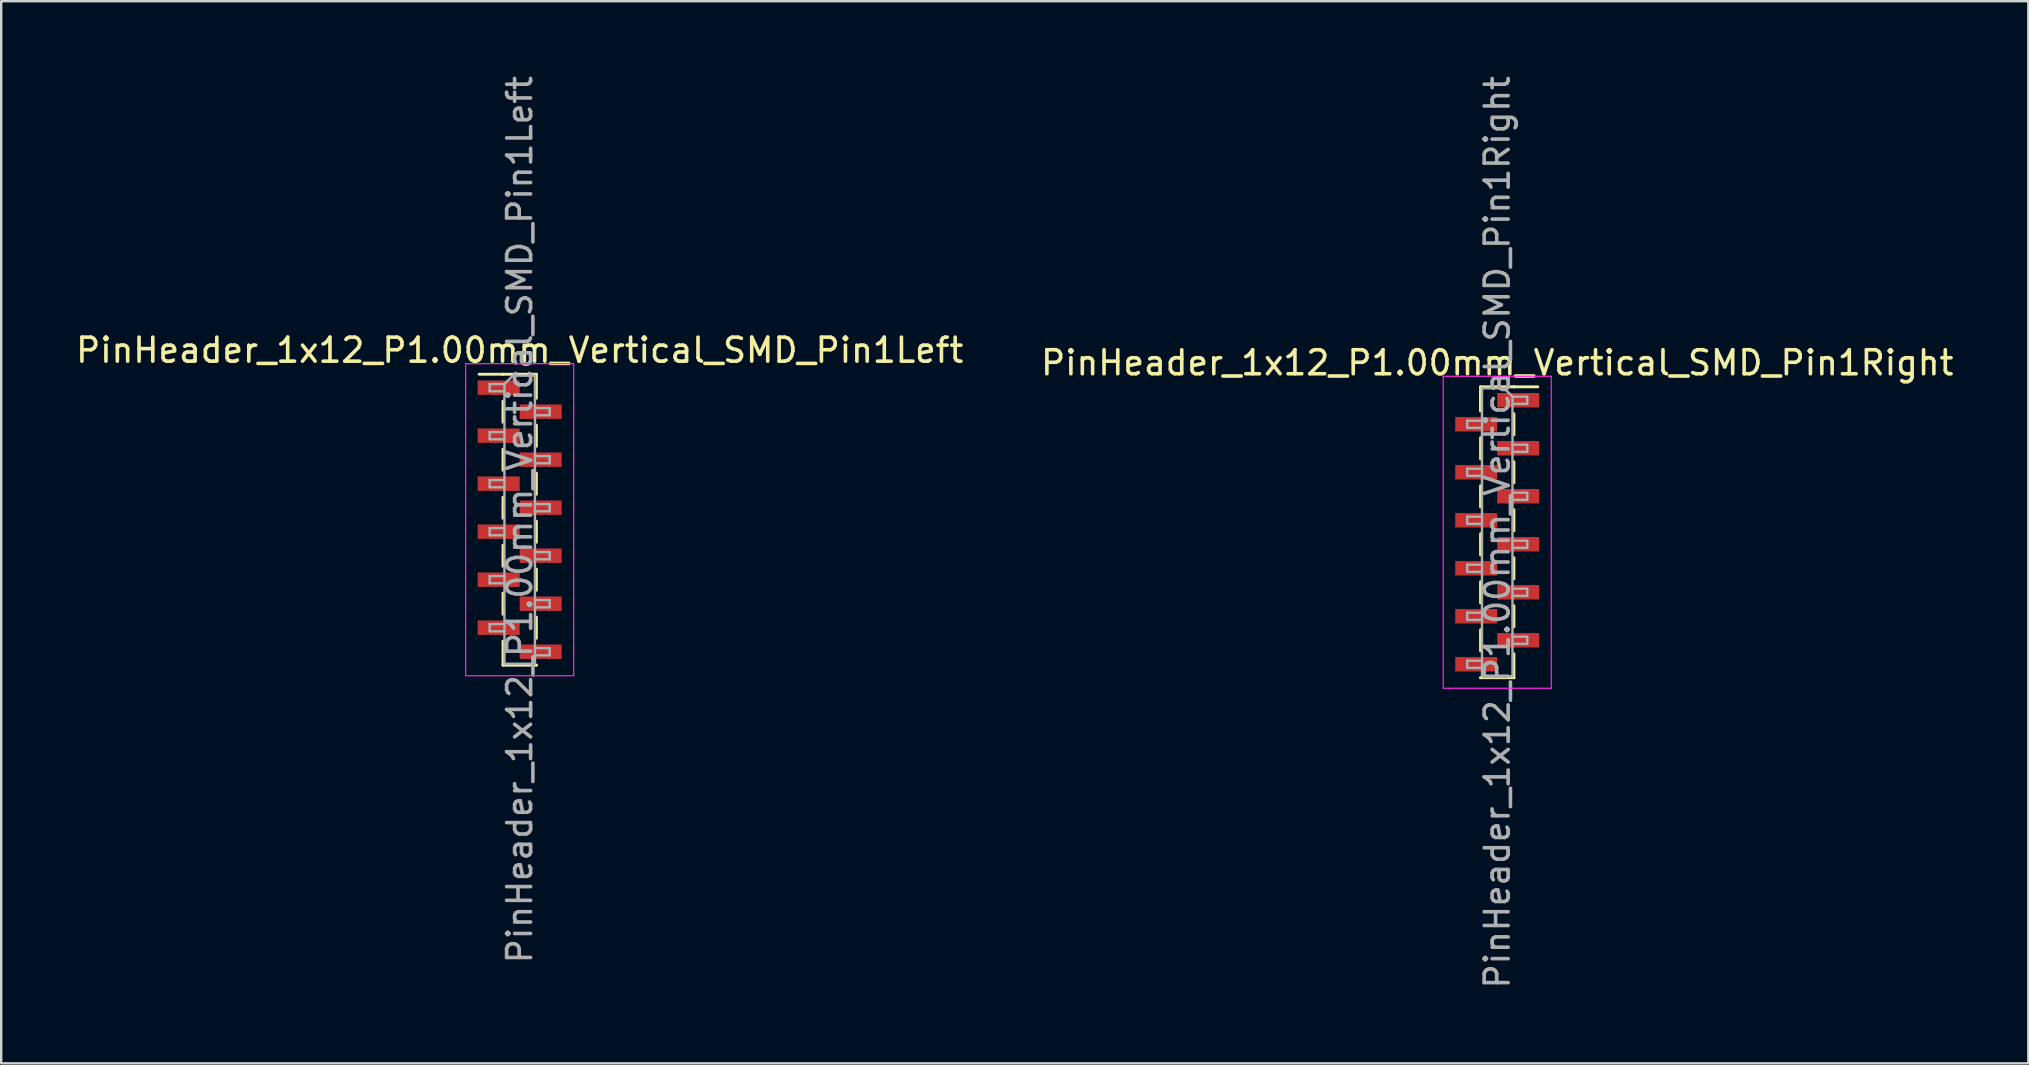
<source format=kicad_pcb>
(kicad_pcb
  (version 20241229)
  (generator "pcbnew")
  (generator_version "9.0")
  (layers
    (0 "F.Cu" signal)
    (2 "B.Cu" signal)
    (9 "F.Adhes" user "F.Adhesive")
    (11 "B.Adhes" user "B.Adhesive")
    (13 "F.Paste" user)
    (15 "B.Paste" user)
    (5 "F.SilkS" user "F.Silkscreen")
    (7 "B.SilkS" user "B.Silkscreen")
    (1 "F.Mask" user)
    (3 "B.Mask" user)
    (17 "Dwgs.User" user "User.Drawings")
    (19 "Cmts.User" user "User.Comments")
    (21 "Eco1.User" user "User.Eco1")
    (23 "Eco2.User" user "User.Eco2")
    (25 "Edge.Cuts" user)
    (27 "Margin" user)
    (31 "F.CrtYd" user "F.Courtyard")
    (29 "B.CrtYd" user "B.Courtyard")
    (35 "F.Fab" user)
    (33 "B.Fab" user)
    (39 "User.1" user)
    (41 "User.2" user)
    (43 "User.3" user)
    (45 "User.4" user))
  (footprint "PinHeader_1x12_P1.00mm_Vertical_SMD_Pin1Right"
    (layer "F.Cu")
    (at 59.327 19.125)
    (property "Reference" "PinHeader_1x12_P1.00mm_Vertical_SMD_Pin1Right" (at 0 -7.06 0) (layer "F.SilkS") (effects (font (size 1 1) (thickness 0.15))))
    (attr smd)
    (fp_line (start -0.695 -6.06) (end -0.695 -5.06) (stroke (width 0.12) (type solid)) (layer "F.SilkS"))
    (fp_line (start -0.695 -6.06) (end 0.695 -6.06) (stroke (width 0.12) (type solid)) (layer "F.SilkS"))
    (fp_line (start -0.695 -5.94) (end -0.695 -5.06) (stroke (width 0.12) (type solid)) (layer "F.SilkS"))
    (fp_line (start -0.695 -3.94) (end -0.695 -3.06) (stroke (width 0.12) (type solid)) (layer "F.SilkS"))
    (fp_line (start -0.695 -1.94) (end -0.695 -1.06) (stroke (width 0.12) (type solid)) (layer "F.SilkS"))
    (fp_line (start -0.695 0.06) (end -0.695 0.94) (stroke (width 0.12) (type solid)) (layer "F.SilkS"))
    (fp_line (start -0.695 2.06) (end -0.695 2.94) (stroke (width 0.12) (type solid)) (layer "F.SilkS"))
    (fp_line (start -0.695 4.06) (end -0.695 4.94) (stroke (width 0.12) (type solid)) (layer "F.SilkS"))
    (fp_line (start -0.695 6.06) (end -0.695 6.06) (stroke (width 0.12) (type solid)) (layer "F.SilkS"))
    (fp_line (start -0.695 6.06) (end 0.695 6.06) (stroke (width 0.12) (type solid)) (layer "F.SilkS"))
    (fp_line (start 0.695 -6.06) (end 0.695 -6.06) (stroke (width 0.12) (type solid)) (layer "F.SilkS"))
    (fp_line (start 0.695 -6.06) (end 1.69 -6.06) (stroke (width 0.12) (type solid)) (layer "F.SilkS"))
    (fp_line (start 0.695 -4.94) (end 0.695 -4.06) (stroke (width 0.12) (type solid)) (layer "F.SilkS"))
    (fp_line (start 0.695 -2.94) (end 0.695 -2.06) (stroke (width 0.12) (type solid)) (layer "F.SilkS"))
    (fp_line (start 0.695 -0.94) (end 0.695 -0.06) (stroke (width 0.12) (type solid)) (layer "F.SilkS"))
    (fp_line (start 0.695 1.06) (end 0.695 1.94) (stroke (width 0.12) (type solid)) (layer "F.SilkS"))
    (fp_line (start 0.695 3.06) (end 0.695 3.94) (stroke (width 0.12) (type solid)) (layer "F.SilkS"))
    (fp_line (start 0.695 5.06) (end 0.695 6.06) (stroke (width 0.12) (type solid)) (layer "F.SilkS"))
    (fp_line (start -2.25 -6.5) (end -2.25 6.5) (stroke (width 0.05) (type solid)) (layer "F.CrtYd"))
    (fp_line (start -2.25 6.5) (end 2.25 6.5) (stroke (width 0.05) (type solid)) (layer "F.CrtYd"))
    (fp_line (start 2.25 -6.5) (end -2.25 -6.5) (stroke (width 0.05) (type solid)) (layer "F.CrtYd"))
    (fp_line (start 2.25 6.5) (end 2.25 -6.5) (stroke (width 0.05) (type solid)) (layer "F.CrtYd"))
    (fp_line (start -1.25 -4.65) (end -1.25 -4.35) (stroke (width 0.1) (type solid)) (layer "F.Fab"))
    (fp_line (start -1.25 -4.35) (end -0.635 -4.35) (stroke (width 0.1) (type solid)) (layer "F.Fab"))
    (fp_line (start -1.25 -2.65) (end -1.25 -2.35) (stroke (width 0.1) (type solid)) (layer "F.Fab"))
    (fp_line (start -1.25 -2.35) (end -0.635 -2.35) (stroke (width 0.1) (type solid)) (layer "F.Fab"))
    (fp_line (start -1.25 -0.65) (end -1.25 -0.35) (stroke (width 0.1) (type solid)) (layer "F.Fab"))
    (fp_line (start -1.25 -0.35) (end -0.635 -0.35) (stroke (width 0.1) (type solid)) (layer "F.Fab"))
    (fp_line (start -1.25 1.35) (end -1.25 1.65) (stroke (width 0.1) (type solid)) (layer "F.Fab"))
    (fp_line (start -1.25 1.65) (end -0.635 1.65) (stroke (width 0.1) (type solid)) (layer "F.Fab"))
    (fp_line (start -1.25 3.35) (end -1.25 3.65) (stroke (width 0.1) (type solid)) (layer "F.Fab"))
    (fp_line (start -1.25 3.65) (end -0.635 3.65) (stroke (width 0.1) (type solid)) (layer "F.Fab"))
    (fp_line (start -1.25 5.35) (end -1.25 5.65) (stroke (width 0.1) (type solid)) (layer "F.Fab"))
    (fp_line (start -1.25 5.65) (end -0.635 5.65) (stroke (width 0.1) (type solid)) (layer "F.Fab"))
    (fp_line (start -0.635 -6) (end -0.635 6) (stroke (width 0.1) (type solid)) (layer "F.Fab"))
    (fp_line (start -0.635 -6) (end 0.285 -6) (stroke (width 0.1) (type solid)) (layer "F.Fab"))
    (fp_line (start -0.635 -4.65) (end -1.25 -4.65) (stroke (width 0.1) (type solid)) (layer "F.Fab"))
    (fp_line (start -0.635 -2.65) (end -1.25 -2.65) (stroke (width 0.1) (type solid)) (layer "F.Fab"))
    (fp_line (start -0.635 -0.65) (end -1.25 -0.65) (stroke (width 0.1) (type solid)) (layer "F.Fab"))
    (fp_line (start -0.635 1.35) (end -1.25 1.35) (stroke (width 0.1) (type solid)) (layer "F.Fab"))
    (fp_line (start -0.635 3.35) (end -1.25 3.35) (stroke (width 0.1) (type solid)) (layer "F.Fab"))
    (fp_line (start -0.635 5.35) (end -1.25 5.35) (stroke (width 0.1) (type solid)) (layer "F.Fab"))
    (fp_line (start 0.635 -5.65) (end 0.285 -6) (stroke (width 0.1) (type solid)) (layer "F.Fab"))
    (fp_line (start 0.635 -5.65) (end 1.25 -5.65) (stroke (width 0.1) (type solid)) (layer "F.Fab"))
    (fp_line (start 0.635 -3.65) (end 1.25 -3.65) (stroke (width 0.1) (type solid)) (layer "F.Fab"))
    (fp_line (start 0.635 -1.65) (end 1.25 -1.65) (stroke (width 0.1) (type solid)) (layer "F.Fab"))
    (fp_line (start 0.635 0.35) (end 1.25 0.35) (stroke (width 0.1) (type solid)) (layer "F.Fab"))
    (fp_line (start 0.635 2.35) (end 1.25 2.35) (stroke (width 0.1) (type solid)) (layer "F.Fab"))
    (fp_line (start 0.635 4.35) (end 1.25 4.35) (stroke (width 0.1) (type solid)) (layer "F.Fab"))
    (fp_line (start 0.635 6) (end -0.635 6) (stroke (width 0.1) (type solid)) (layer "F.Fab"))
    (fp_line (start 0.635 6) (end 0.635 -5.65) (stroke (width 0.1) (type solid)) (layer "F.Fab"))
    (fp_line (start 1.25 -5.65) (end 1.25 -5.35) (stroke (width 0.1) (type solid)) (layer "F.Fab"))
    (fp_line (start 1.25 -5.35) (end 0.635 -5.35) (stroke (width 0.1) (type solid)) (layer "F.Fab"))
    (fp_line (start 1.25 -3.65) (end 1.25 -3.35) (stroke (width 0.1) (type solid)) (layer "F.Fab"))
    (fp_line (start 1.25 -3.35) (end 0.635 -3.35) (stroke (width 0.1) (type solid)) (layer "F.Fab"))
    (fp_line (start 1.25 -1.65) (end 1.25 -1.35) (stroke (width 0.1) (type solid)) (layer "F.Fab"))
    (fp_line (start 1.25 -1.35) (end 0.635 -1.35) (stroke (width 0.1) (type solid)) (layer "F.Fab"))
    (fp_line (start 1.25 0.35) (end 1.25 0.65) (stroke (width 0.1) (type solid)) (layer "F.Fab"))
    (fp_line (start 1.25 0.65) (end 0.635 0.65) (stroke (width 0.1) (type solid)) (layer "F.Fab"))
    (fp_line (start 1.25 2.35) (end 1.25 2.65) (stroke (width 0.1) (type solid)) (layer "F.Fab"))
    (fp_line (start 1.25 2.65) (end 0.635 2.65) (stroke (width 0.1) (type solid)) (layer "F.Fab"))
    (fp_line (start 1.25 4.35) (end 1.25 4.65) (stroke (width 0.1) (type solid)) (layer "F.Fab"))
    (fp_line (start 1.25 4.65) (end 0.635 4.65) (stroke (width 0.1) (type solid)) (layer "F.Fab"))
    (fp_text user "${REFERENCE}" (at 0 0 90) (layer "F.Fab") (effects (font (size 1 1) (thickness 0.15))))
    (pad "1" smd rect (at 0.875 -5.5) (size 1.75 0.6) (layers "F.Cu" "F.Mask" "F.Paste"))
    (pad "2" smd rect (at -0.875 -4.5) (size 1.75 0.6) (layers "F.Cu" "F.Mask" "F.Paste"))
    (pad "3" smd rect (at 0.875 -3.5) (size 1.75 0.6) (layers "F.Cu" "F.Mask" "F.Paste"))
    (pad "4" smd rect (at -0.875 -2.5) (size 1.75 0.6) (layers "F.Cu" "F.Mask" "F.Paste"))
    (pad "5" smd rect (at 0.875 -1.5) (size 1.75 0.6) (layers "F.Cu" "F.Mask" "F.Paste"))
    (pad "6" smd rect (at -0.875 -0.5) (size 1.75 0.6) (layers "F.Cu" "F.Mask" "F.Paste"))
    (pad "7" smd rect (at 0.875 0.5) (size 1.75 0.6) (layers "F.Cu" "F.Mask" "F.Paste"))
    (pad "8" smd rect (at -0.875 1.5) (size 1.75 0.6) (layers "F.Cu" "F.Mask" "F.Paste"))
    (pad "9" smd rect (at 0.875 2.5) (size 1.75 0.6) (layers "F.Cu" "F.Mask" "F.Paste"))
    (pad "10" smd rect (at -0.875 3.5) (size 1.75 0.6) (layers "F.Cu" "F.Mask" "F.Paste"))
    (pad "11" smd rect (at 0.875 4.5) (size 1.75 0.6) (layers "F.Cu" "F.Mask" "F.Paste"))
    (pad "12" smd rect (at -0.875 5.5) (size 1.75 0.6) (layers "F.Cu" "F.Mask" "F.Paste")))
  (footprint "PinHeader_1x12_P1.00mm_Vertical_SMD_Pin1Left"
    (layer "F.Cu")
    (at 18.601 18.601)
    (property "Reference" "PinHeader_1x12_P1.00mm_Vertical_SMD_Pin1Left" (at 0 -7.06 0) (layer "F.SilkS") (effects (font (size 1 1) (thickness 0.15))))
    (attr smd)
    (fp_line (start -0.695 -6.06) (end -1.69 -6.06) (stroke (width 0.12) (type solid)) (layer "F.SilkS"))
    (fp_line (start -0.695 -6.06) (end -0.695 -6.06) (stroke (width 0.12) (type solid)) (layer "F.SilkS"))
    (fp_line (start -0.695 -6.06) (end 0.695 -6.06) (stroke (width 0.12) (type solid)) (layer "F.SilkS"))
    (fp_line (start -0.695 -4.94) (end -0.695 -4.06) (stroke (width 0.12) (type solid)) (layer "F.SilkS"))
    (fp_line (start -0.695 -2.94) (end -0.695 -2.06) (stroke (width 0.12) (type solid)) (layer "F.SilkS"))
    (fp_line (start -0.695 -0.94) (end -0.695 -0.06) (stroke (width 0.12) (type solid)) (layer "F.SilkS"))
    (fp_line (start -0.695 1.06) (end -0.695 1.94) (stroke (width 0.12) (type solid)) (layer "F.SilkS"))
    (fp_line (start -0.695 3.06) (end -0.695 3.94) (stroke (width 0.12) (type solid)) (layer "F.SilkS"))
    (fp_line (start -0.695 5.06) (end -0.695 6.06) (stroke (width 0.12) (type solid)) (layer "F.SilkS"))
    (fp_line (start -0.695 6.06) (end 0.695 6.06) (stroke (width 0.12) (type solid)) (layer "F.SilkS"))
    (fp_line (start 0.695 -6.06) (end 0.695 -5.06) (stroke (width 0.12) (type solid)) (layer "F.SilkS"))
    (fp_line (start 0.695 -3.94) (end 0.695 -3.06) (stroke (width 0.12) (type solid)) (layer "F.SilkS"))
    (fp_line (start 0.695 -1.94) (end 0.695 -1.06) (stroke (width 0.12) (type solid)) (layer "F.SilkS"))
    (fp_line (start 0.695 0.06) (end 0.695 0.94) (stroke (width 0.12) (type solid)) (layer "F.SilkS"))
    (fp_line (start 0.695 2.06) (end 0.695 2.94) (stroke (width 0.12) (type solid)) (layer "F.SilkS"))
    (fp_line (start 0.695 4.06) (end 0.695 4.94) (stroke (width 0.12) (type solid)) (layer "F.SilkS"))
    (fp_line (start 0.695 6.06) (end 0.695 6.06) (stroke (width 0.12) (type solid)) (layer "F.SilkS"))
    (fp_line (start -2.25 -6.5) (end -2.25 6.5) (stroke (width 0.05) (type solid)) (layer "F.CrtYd"))
    (fp_line (start -2.25 6.5) (end 2.25 6.5) (stroke (width 0.05) (type solid)) (layer "F.CrtYd"))
    (fp_line (start 2.25 -6.5) (end -2.25 -6.5) (stroke (width 0.05) (type solid)) (layer "F.CrtYd"))
    (fp_line (start 2.25 6.5) (end 2.25 -6.5) (stroke (width 0.05) (type solid)) (layer "F.CrtYd"))
    (fp_line (start -1.25 -5.65) (end -1.25 -5.35) (stroke (width 0.1) (type solid)) (layer "F.Fab"))
    (fp_line (start -1.25 -5.35) (end -0.635 -5.35) (stroke (width 0.1) (type solid)) (layer "F.Fab"))
    (fp_line (start -1.25 -3.65) (end -1.25 -3.35) (stroke (width 0.1) (type solid)) (layer "F.Fab"))
    (fp_line (start -1.25 -3.35) (end -0.635 -3.35) (stroke (width 0.1) (type solid)) (layer "F.Fab"))
    (fp_line (start -1.25 -1.65) (end -1.25 -1.35) (stroke (width 0.1) (type solid)) (layer "F.Fab"))
    (fp_line (start -1.25 -1.35) (end -0.635 -1.35) (stroke (width 0.1) (type solid)) (layer "F.Fab"))
    (fp_line (start -1.25 0.35) (end -1.25 0.65) (stroke (width 0.1) (type solid)) (layer "F.Fab"))
    (fp_line (start -1.25 0.65) (end -0.635 0.65) (stroke (width 0.1) (type solid)) (layer "F.Fab"))
    (fp_line (start -1.25 2.35) (end -1.25 2.65) (stroke (width 0.1) (type solid)) (layer "F.Fab"))
    (fp_line (start -1.25 2.65) (end -0.635 2.65) (stroke (width 0.1) (type solid)) (layer "F.Fab"))
    (fp_line (start -1.25 4.35) (end -1.25 4.65) (stroke (width 0.1) (type solid)) (layer "F.Fab"))
    (fp_line (start -1.25 4.65) (end -0.635 4.65) (stroke (width 0.1) (type solid)) (layer "F.Fab"))
    (fp_line (start -0.635 -5.65) (end -1.25 -5.65) (stroke (width 0.1) (type solid)) (layer "F.Fab"))
    (fp_line (start -0.635 -5.65) (end -0.285 -6) (stroke (width 0.1) (type solid)) (layer "F.Fab"))
    (fp_line (start -0.635 -3.65) (end -1.25 -3.65) (stroke (width 0.1) (type solid)) (layer "F.Fab"))
    (fp_line (start -0.635 -1.65) (end -1.25 -1.65) (stroke (width 0.1) (type solid)) (layer "F.Fab"))
    (fp_line (start -0.635 0.35) (end -1.25 0.35) (stroke (width 0.1) (type solid)) (layer "F.Fab"))
    (fp_line (start -0.635 2.35) (end -1.25 2.35) (stroke (width 0.1) (type solid)) (layer "F.Fab"))
    (fp_line (start -0.635 4.35) (end -1.25 4.35) (stroke (width 0.1) (type solid)) (layer "F.Fab"))
    (fp_line (start -0.635 6) (end -0.635 -5.65) (stroke (width 0.1) (type solid)) (layer "F.Fab"))
    (fp_line (start -0.285 -6) (end 0.635 -6) (stroke (width 0.1) (type solid)) (layer "F.Fab"))
    (fp_line (start 0.635 -6) (end 0.635 6) (stroke (width 0.1) (type solid)) (layer "F.Fab"))
    (fp_line (start 0.635 -4.65) (end 1.25 -4.65) (stroke (width 0.1) (type solid)) (layer "F.Fab"))
    (fp_line (start 0.635 -2.65) (end 1.25 -2.65) (stroke (width 0.1) (type solid)) (layer "F.Fab"))
    (fp_line (start 0.635 -0.65) (end 1.25 -0.65) (stroke (width 0.1) (type solid)) (layer "F.Fab"))
    (fp_line (start 0.635 1.35) (end 1.25 1.35) (stroke (width 0.1) (type solid)) (layer "F.Fab"))
    (fp_line (start 0.635 3.35) (end 1.25 3.35) (stroke (width 0.1) (type solid)) (layer "F.Fab"))
    (fp_line (start 0.635 5.35) (end 1.25 5.35) (stroke (width 0.1) (type solid)) (layer "F.Fab"))
    (fp_line (start 0.635 6) (end -0.635 6) (stroke (width 0.1) (type solid)) (layer "F.Fab"))
    (fp_line (start 1.25 -4.65) (end 1.25 -4.35) (stroke (width 0.1) (type solid)) (layer "F.Fab"))
    (fp_line (start 1.25 -4.35) (end 0.635 -4.35) (stroke (width 0.1) (type solid)) (layer "F.Fab"))
    (fp_line (start 1.25 -2.65) (end 1.25 -2.35) (stroke (width 0.1) (type solid)) (layer "F.Fab"))
    (fp_line (start 1.25 -2.35) (end 0.635 -2.35) (stroke (width 0.1) (type solid)) (layer "F.Fab"))
    (fp_line (start 1.25 -0.65) (end 1.25 -0.35) (stroke (width 0.1) (type solid)) (layer "F.Fab"))
    (fp_line (start 1.25 -0.35) (end 0.635 -0.35) (stroke (width 0.1) (type solid)) (layer "F.Fab"))
    (fp_line (start 1.25 1.35) (end 1.25 1.65) (stroke (width 0.1) (type solid)) (layer "F.Fab"))
    (fp_line (start 1.25 1.65) (end 0.635 1.65) (stroke (width 0.1) (type solid)) (layer "F.Fab"))
    (fp_line (start 1.25 3.35) (end 1.25 3.65) (stroke (width 0.1) (type solid)) (layer "F.Fab"))
    (fp_line (start 1.25 3.65) (end 0.635 3.65) (stroke (width 0.1) (type solid)) (layer "F.Fab"))
    (fp_line (start 1.25 5.35) (end 1.25 5.65) (stroke (width 0.1) (type solid)) (layer "F.Fab"))
    (fp_line (start 1.25 5.65) (end 0.635 5.65) (stroke (width 0.1) (type solid)) (layer "F.Fab"))
    (fp_text user "${REFERENCE}" (at 0 0 90) (layer "F.Fab") (effects (font (size 1 1) (thickness 0.15))))
    (pad "1" smd rect (at -0.875 -5.5) (size 1.75 0.6) (layers "F.Cu" "F.Mask" "F.Paste"))
    (pad "2" smd rect (at 0.875 -4.5) (size 1.75 0.6) (layers "F.Cu" "F.Mask" "F.Paste"))
    (pad "3" smd rect (at -0.875 -3.5) (size 1.75 0.6) (layers "F.Cu" "F.Mask" "F.Paste"))
    (pad "4" smd rect (at 0.875 -2.5) (size 1.75 0.6) (layers "F.Cu" "F.Mask" "F.Paste"))
    (pad "5" smd rect (at -0.875 -1.5) (size 1.75 0.6) (layers "F.Cu" "F.Mask" "F.Paste"))
    (pad "6" smd rect (at 0.875 -0.5) (size 1.75 0.6) (layers "F.Cu" "F.Mask" "F.Paste"))
    (pad "7" smd rect (at -0.875 0.5) (size 1.75 0.6) (layers "F.Cu" "F.Mask" "F.Paste"))
    (pad "8" smd rect (at 0.875 1.5) (size 1.75 0.6) (layers "F.Cu" "F.Mask" "F.Paste"))
    (pad "9" smd rect (at -0.875 2.5) (size 1.75 0.6) (layers "F.Cu" "F.Mask" "F.Paste"))
    (pad "10" smd rect (at 0.875 3.5) (size 1.75 0.6) (layers "F.Cu" "F.Mask" "F.Paste"))
    (pad "11" smd rect (at -0.875 4.5) (size 1.75 0.6) (layers "F.Cu" "F.Mask" "F.Paste"))
    (pad "12" smd rect (at 0.875 5.5) (size 1.75 0.6) (layers "F.Cu" "F.Mask" "F.Paste")))
  (gr_rect
    (start -3 -3)
    (end 81.452 41.25)
    (stroke (width 0.1) (type default))
    (fill no)
    (layer "Edge.Cuts")))
</source>
